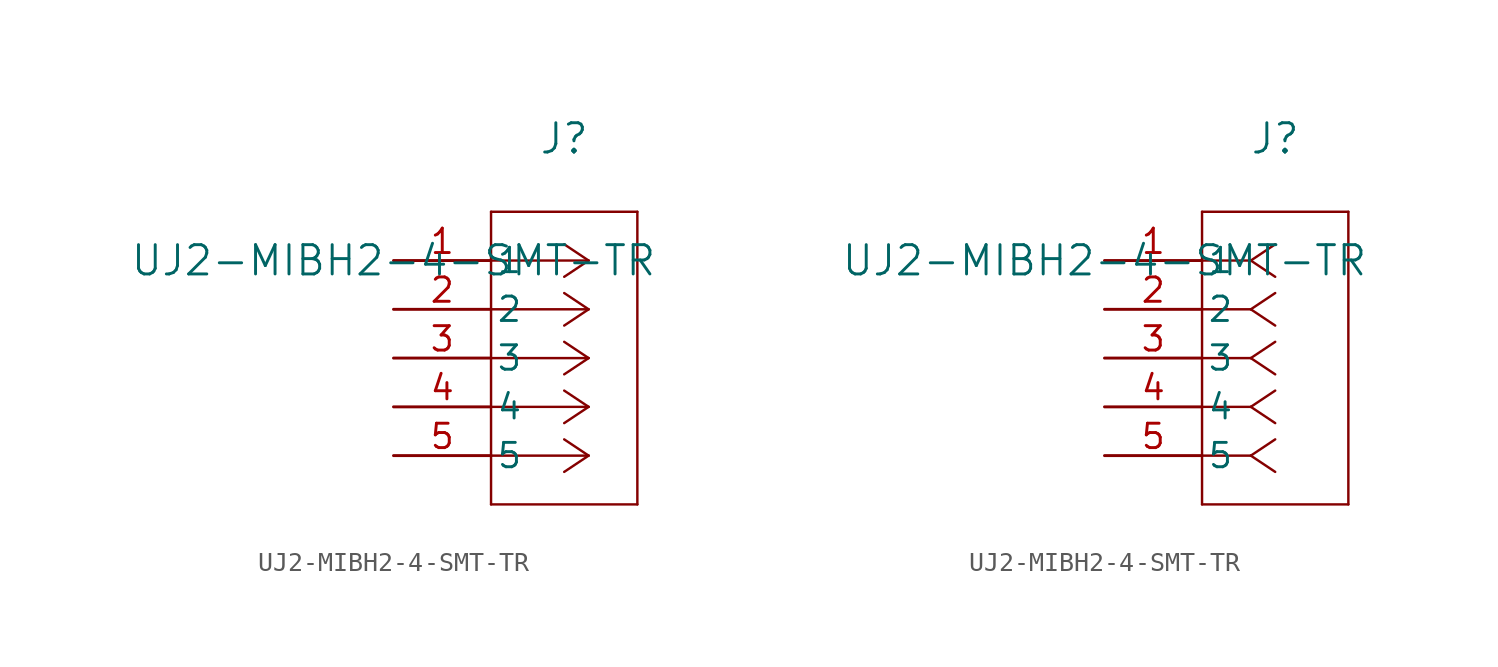
<source format=kicad_sym>
(kicad_symbol_lib
  (version 20211014)
  (generator kicad_symbol_editor)
  (symbol "UJ2-MIBH2-4-SMT-TR"
    (pin_names
      (offset 0.254))
    (property "Reference" "J"
      (at 8.89 6.35 0)
      (effects (font (size 1.524 1.524))))
    (property "Value" "UJ2-MIBH2-4-SMT-TR"
      (at 0 0 0)
      (effects (font (size 1.524 1.524))))
    (symbol "UJ2-MIBH2-4-SMT-TR_1_1"
      (polyline (pts (xy 10.16 0) (xy 5.08 0)) (stroke (width 0.127) (type default) (color 0 0 0 0)) (fill (type none)))
      (polyline (pts (xy 10.16 -2.54) (xy 5.08 -2.54)) (stroke (width 0.127) (type default) (color 0 0 0 0)) (fill (type none)))
      (polyline (pts (xy 10.16 -5.08) (xy 5.08 -5.08)) (stroke (width 0.127) (type default) (color 0 0 0 0)) (fill (type none)))
      (polyline (pts (xy 10.16 -7.62) (xy 5.08 -7.62)) (stroke (width 0.127) (type default) (color 0 0 0 0)) (fill (type none)))
      (polyline (pts (xy 10.16 -10.16) (xy 5.08 -10.16)) (stroke (width 0.127) (type default) (color 0 0 0 0)) (fill (type none)))
      (polyline (pts (xy 10.16 0) (xy 8.89 0.847)) (stroke (width 0.127) (type default) (color 0 0 0 0)) (fill (type none)))
      (polyline (pts (xy 10.16 -2.54) (xy 8.89 -1.693)) (stroke (width 0.127) (type default) (color 0 0 0 0)) (fill (type none)))
      (polyline (pts (xy 10.16 -5.08) (xy 8.89 -4.233)) (stroke (width 0.127) (type default) (color 0 0 0 0)) (fill (type none)))
      (polyline (pts (xy 10.16 -7.62) (xy 8.89 -6.773)) (stroke (width 0.127) (type default) (color 0 0 0 0)) (fill (type none)))
      (polyline (pts (xy 10.16 -10.16) (xy 8.89 -9.313)) (stroke (width 0.127) (type default) (color 0 0 0 0)) (fill (type none)))
      (polyline (pts (xy 10.16 0) (xy 8.89 -0.847)) (stroke (width 0.127) (type default) (color 0 0 0 0)) (fill (type none)))
      (polyline (pts (xy 10.16 -2.54) (xy 8.89 -3.387)) (stroke (width 0.127) (type default) (color 0 0 0 0)) (fill (type none)))
      (polyline (pts (xy 10.16 -5.08) (xy 8.89 -5.927)) (stroke (width 0.127) (type default) (color 0 0 0 0)) (fill (type none)))
      (polyline (pts (xy 10.16 -7.62) (xy 8.89 -8.467)) (stroke (width 0.127) (type default) (color 0 0 0 0)) (fill (type none)))
      (polyline (pts (xy 10.16 -10.16) (xy 8.89 -11.007)) (stroke (width 0.127) (type default) (color 0 0 0 0)) (fill (type none)))
      (polyline (pts (xy 5.08 2.54) (xy 5.08 -12.7)) (stroke (width 0.127) (type default) (color 0 0 0 0)) (fill (type none)))
      (polyline (pts (xy 5.08 -12.7) (xy 12.7 -12.7)) (stroke (width 0.127) (type default) (color 0 0 0 0)) (fill (type none)))
      (polyline (pts (xy 12.7 -12.7) (xy 12.7 2.54)) (stroke (width 0.127) (type default) (color 0 0 0 0)) (fill (type none)))
      (polyline (pts (xy 12.7 2.54) (xy 5.08 2.54)) (stroke (width 0.127) (type default) (color 0 0 0 0)) (fill (type none)))
      (pin unspecified line (at 0 0 0) (length 5.08) (name "1" (effects (font (size 1.27 1.27)))) (number "1" (effects (font (size 1.27 1.27)))))
      (pin unspecified line (at 0 -2.54 0) (length 5.08) (name "2" (effects (font (size 1.27 1.27)))) (number "2" (effects (font (size 1.27 1.27)))))
      (pin unspecified line (at 0 -5.08 0) (length 5.08) (name "3" (effects (font (size 1.27 1.27)))) (number "3" (effects (font (size 1.27 1.27)))))
      (pin unspecified line (at 0 -7.62 0) (length 5.08) (name "4" (effects (font (size 1.27 1.27)))) (number "4" (effects (font (size 1.27 1.27)))))
      (pin unspecified line (at 0 -10.16 0) (length 5.08) (name "5" (effects (font (size 1.27 1.27)))) (number "5" (effects (font (size 1.27 1.27))))))
    (symbol "UJ2-MIBH2-4-SMT-TR_1_2"
      (polyline (pts (xy 7.62 0) (xy 5.08 0)) (stroke (width 0.127) (type default) (color 0 0 0 0)) (fill (type none)))
      (polyline (pts (xy 7.62 -2.54) (xy 5.08 -2.54)) (stroke (width 0.127) (type default) (color 0 0 0 0)) (fill (type none)))
      (polyline (pts (xy 7.62 -5.08) (xy 5.08 -5.08)) (stroke (width 0.127) (type default) (color 0 0 0 0)) (fill (type none)))
      (polyline (pts (xy 7.62 -7.62) (xy 5.08 -7.62)) (stroke (width 0.127) (type default) (color 0 0 0 0)) (fill (type none)))
      (polyline (pts (xy 7.62 -10.16) (xy 5.08 -10.16)) (stroke (width 0.127) (type default) (color 0 0 0 0)) (fill (type none)))
      (polyline (pts (xy 7.62 0) (xy 8.89 0.847)) (stroke (width 0.127) (type default) (color 0 0 0 0)) (fill (type none)))
      (polyline (pts (xy 7.62 -2.54) (xy 8.89 -1.693)) (stroke (width 0.127) (type default) (color 0 0 0 0)) (fill (type none)))
      (polyline (pts (xy 7.62 -5.08) (xy 8.89 -4.233)) (stroke (width 0.127) (type default) (color 0 0 0 0)) (fill (type none)))
      (polyline (pts (xy 7.62 -7.62) (xy 8.89 -6.773)) (stroke (width 0.127) (type default) (color 0 0 0 0)) (fill (type none)))
      (polyline (pts (xy 7.62 -10.16) (xy 8.89 -9.313)) (stroke (width 0.127) (type default) (color 0 0 0 0)) (fill (type none)))
      (polyline (pts (xy 7.62 0) (xy 8.89 -0.847)) (stroke (width 0.127) (type default) (color 0 0 0 0)) (fill (type none)))
      (polyline (pts (xy 7.62 -2.54) (xy 8.89 -3.387)) (stroke (width 0.127) (type default) (color 0 0 0 0)) (fill (type none)))
      (polyline (pts (xy 7.62 -5.08) (xy 8.89 -5.927)) (stroke (width 0.127) (type default) (color 0 0 0 0)) (fill (type none)))
      (polyline (pts (xy 7.62 -7.62) (xy 8.89 -8.467)) (stroke (width 0.127) (type default) (color 0 0 0 0)) (fill (type none)))
      (polyline (pts (xy 7.62 -10.16) (xy 8.89 -11.007)) (stroke (width 0.127) (type default) (color 0 0 0 0)) (fill (type none)))
      (polyline (pts (xy 5.08 2.54) (xy 5.08 -12.7)) (stroke (width 0.127) (type default) (color 0 0 0 0)) (fill (type none)))
      (polyline (pts (xy 5.08 -12.7) (xy 12.7 -12.7)) (stroke (width 0.127) (type default) (color 0 0 0 0)) (fill (type none)))
      (polyline (pts (xy 12.7 -12.7) (xy 12.7 2.54)) (stroke (width 0.127) (type default) (color 0 0 0 0)) (fill (type none)))
      (polyline (pts (xy 12.7 2.54) (xy 5.08 2.54)) (stroke (width 0.127) (type default) (color 0 0 0 0)) (fill (type none)))
      (pin unspecified line (at 0 0 0) (length 5.08) (name "1" (effects (font (size 1.27 1.27)))) (number "1" (effects (font (size 1.27 1.27)))))
      (pin unspecified line (at 0 -2.54 0) (length 5.08) (name "2" (effects (font (size 1.27 1.27)))) (number "2" (effects (font (size 1.27 1.27)))))
      (pin unspecified line (at 0 -5.08 0) (length 5.08) (name "3" (effects (font (size 1.27 1.27)))) (number "3" (effects (font (size 1.27 1.27)))))
      (pin unspecified line (at 0 -7.62 0) (length 5.08) (name "4" (effects (font (size 1.27 1.27)))) (number "4" (effects (font (size 1.27 1.27)))))
      (pin unspecified line (at 0 -10.16 0) (length 5.08) (name "5" (effects (font (size 1.27 1.27)))) (number "5" (effects (font (size 1.27 1.27))))))))
</source>
